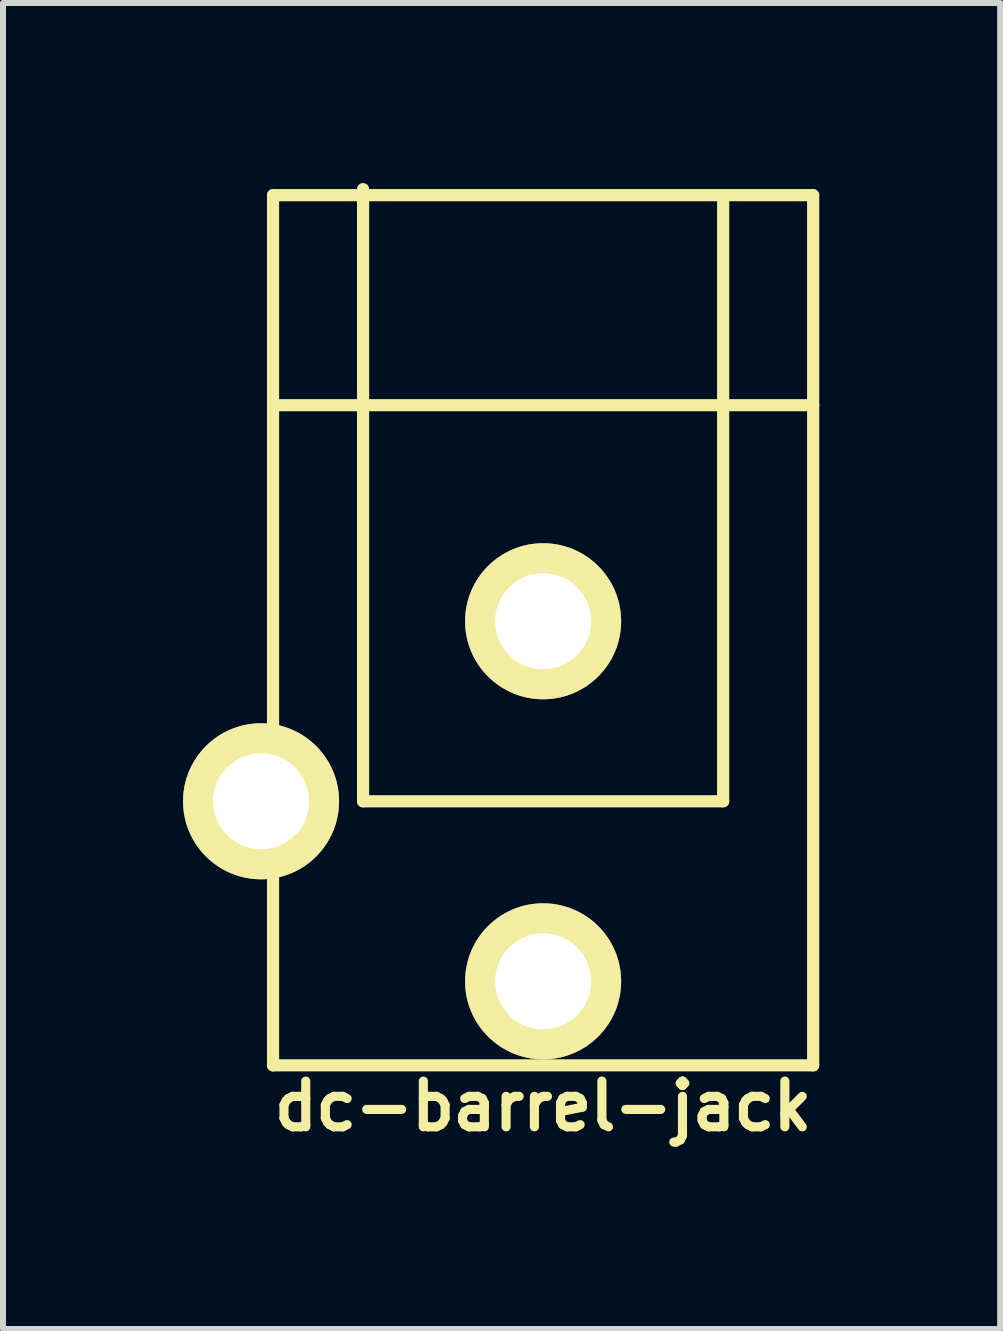
<source format=kicad_pcb>
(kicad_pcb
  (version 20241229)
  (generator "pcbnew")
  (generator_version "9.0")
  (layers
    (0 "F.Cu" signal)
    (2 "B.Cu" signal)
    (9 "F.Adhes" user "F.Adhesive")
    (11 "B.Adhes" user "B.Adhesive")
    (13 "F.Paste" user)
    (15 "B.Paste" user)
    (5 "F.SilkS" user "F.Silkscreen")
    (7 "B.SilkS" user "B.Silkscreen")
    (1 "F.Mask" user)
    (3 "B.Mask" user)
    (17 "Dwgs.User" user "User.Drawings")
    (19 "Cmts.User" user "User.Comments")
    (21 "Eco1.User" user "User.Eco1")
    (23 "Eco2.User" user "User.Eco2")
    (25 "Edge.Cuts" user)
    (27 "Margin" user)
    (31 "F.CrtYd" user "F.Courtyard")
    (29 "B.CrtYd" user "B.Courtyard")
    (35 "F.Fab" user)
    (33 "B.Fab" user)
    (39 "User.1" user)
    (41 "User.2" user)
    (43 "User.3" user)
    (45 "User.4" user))
  (footprint "dc-barrel-jack"
    (layer "F.Cu")
    (at 6 10.302)
    (property "Reference" "dc-barrel-jack" (at 0 5.08 0) (layer "F.SilkS") (effects (font (size 0.762 0.762) (thickness 0.152))))
    (attr through_hole)
    (fp_line (start -4.5 -10.1) (end -4.5 4.4) (stroke (width 0.203) (type solid)) (layer "F.SilkS"))
    (fp_line (start -4.5 -6.6) (end 4.5 -6.6) (stroke (width 0.203) (type solid)) (layer "F.SilkS"))
    (fp_line (start -4.5 4.4) (end 4.5 4.4) (stroke (width 0.203) (type solid)) (layer "F.SilkS"))
    (fp_line (start -3 0) (end -3 -10.2) (stroke (width 0.203) (type solid)) (layer "F.SilkS"))
    (fp_line (start 3 -10.1) (end 3 0) (stroke (width 0.203) (type solid)) (layer "F.SilkS"))
    (fp_line (start 3 0) (end -3 0) (stroke (width 0.203) (type solid)) (layer "F.SilkS"))
    (fp_line (start 4.5 -10.1) (end -4.5 -10.1) (stroke (width 0.203) (type solid)) (layer "F.SilkS"))
    (fp_line (start 4.5 4.4) (end 4.5 -10.1) (stroke (width 0.203) (type solid)) (layer "F.SilkS"))
    (pad "1" thru_hole circle (at 0 3) (size 2.6 2.6) (drill 1.6) (layers "*.Cu" "*.Mask" "F.SilkS"))
    (pad "2" thru_hole circle (at -4.7 0) (size 2.6 2.6) (drill 1.6) (layers "*.Cu" "*.Mask" "F.SilkS"))
    (pad "2" thru_hole circle (at 0 -3) (size 2.6 2.6) (drill 1.6) (layers "*.Cu" "*.Mask" "F.SilkS")))
  (gr_rect
    (start -3 -3)
    (end 13.616 19.095)
    (stroke (width 0.1) (type default))
    (fill no)
    (layer "Edge.Cuts")))
</source>
